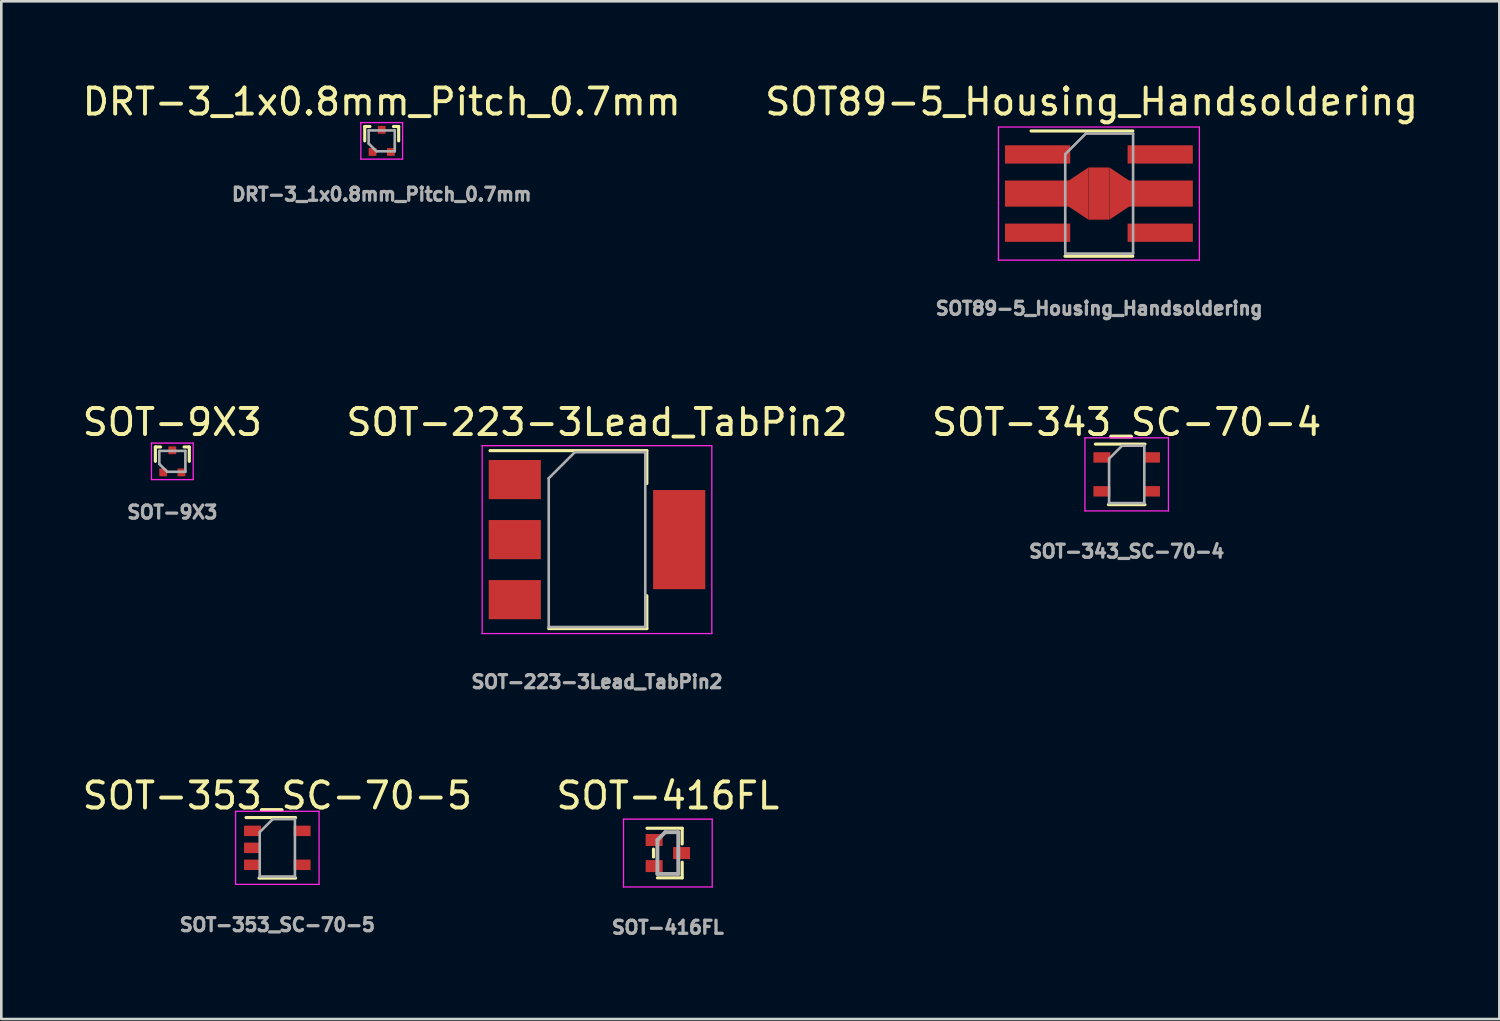
<source format=kicad_pcb>
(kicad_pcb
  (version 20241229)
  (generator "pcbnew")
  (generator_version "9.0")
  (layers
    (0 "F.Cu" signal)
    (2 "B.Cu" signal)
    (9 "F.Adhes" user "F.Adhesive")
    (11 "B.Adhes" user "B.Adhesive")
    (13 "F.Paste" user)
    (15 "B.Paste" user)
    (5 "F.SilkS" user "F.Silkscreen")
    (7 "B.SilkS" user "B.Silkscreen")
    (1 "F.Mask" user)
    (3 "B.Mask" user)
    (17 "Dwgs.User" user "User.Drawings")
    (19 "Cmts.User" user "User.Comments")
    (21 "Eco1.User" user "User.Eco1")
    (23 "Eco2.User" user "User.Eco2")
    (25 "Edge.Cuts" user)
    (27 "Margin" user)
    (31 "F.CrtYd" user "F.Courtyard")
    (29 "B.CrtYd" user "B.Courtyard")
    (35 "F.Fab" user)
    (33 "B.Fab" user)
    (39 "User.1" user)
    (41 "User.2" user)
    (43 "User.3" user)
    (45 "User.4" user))
  (footprint "SOT-416FL"
    (layer "F.Cu")
    (at 22.542 29.639)
    (property "Reference" "SOT-416FL" (at 0 -2.2 180) (layer "F.SilkS") (effects (font (size 1 1) (thickness 0.15))))
    (attr smd)
    (fp_line (start -0.55 -0.15) (end -0.55 0.15) (stroke (width 0.12) (type solid)) (layer "F.SilkS"))
    (fp_line (start 0.55 -0.95) (end -0.8 -0.95) (stroke (width 0.12) (type solid)) (layer "F.SilkS"))
    (fp_line (start 0.55 -0.35) (end 0.55 -0.95) (stroke (width 0.12) (type solid)) (layer "F.SilkS"))
    (fp_line (start 0.55 0.35) (end 0.55 0.95) (stroke (width 0.12) (type solid)) (layer "F.SilkS"))
    (fp_line (start 0.55 0.95) (end -0.4 0.95) (stroke (width 0.12) (type solid)) (layer "F.SilkS"))
    (fp_line (start -1.7 -1.3) (end 1.7 -1.3) (stroke (width 0.05) (type solid)) (layer "F.CrtYd"))
    (fp_line (start -1.7 1.3) (end -1.7 -1.3) (stroke (width 0.05) (type solid)) (layer "F.CrtYd"))
    (fp_line (start 1.7 -1.3) (end 1.7 1.3) (stroke (width 0.05) (type solid)) (layer "F.CrtYd"))
    (fp_line (start 1.7 1.3) (end -1.7 1.3) (stroke (width 0.05) (type solid)) (layer "F.CrtYd"))
    (fp_line (start -0.4 0.8) (end -0.4 -0.5) (stroke (width 0.15) (type solid)) (layer "F.Fab"))
    (fp_line (start -0.1 -0.8) (end -0.4 -0.5) (stroke (width 0.15) (type solid)) (layer "F.Fab"))
    (fp_line (start -0.1 -0.8) (end 0.4 -0.8) (stroke (width 0.15) (type solid)) (layer "F.Fab"))
    (fp_line (start 0.4 -0.8) (end 0.4 0.8) (stroke (width 0.15) (type solid)) (layer "F.Fab"))
    (fp_line (start 0.4 0.8) (end -0.4 0.8) (stroke (width 0.15) (type solid)) (layer "F.Fab"))
    (fp_text user "${REFERENCE}" (at 0 2.85 0) (layer "F.Fab") (effects (font (size 0.5 0.5) (thickness 0.125))))
    (pad "1" smd rect (at -0.525 -0.5 270) (size 0.46 0.65) (layers "F.Cu" "F.Mask" "F.Paste"))
    (pad "2" smd rect (at -0.525 0.5 270) (size 0.46 0.65) (layers "F.Cu" "F.Mask" "F.Paste"))
    (pad "3" smd rect (at 0.525 0 270) (size 0.46 0.65) (layers "F.Cu" "F.Mask" "F.Paste")))
  (footprint "SOT-9X3"
    (layer "F.Cu")
    (at 3.554 14.628)
    (property "Reference" "SOT-9X3" (at 0 -1.5 0) (layer "F.SilkS") (effects (font (size 1 1) (thickness 0.15))))
    (attr smd)
    (fp_line (start -0.65 -0.55) (end -0.45 -0.55) (stroke (width 0.12) (type solid)) (layer "F.SilkS"))
    (fp_line (start -0.65 0) (end -0.65 -0.55) (stroke (width 0.12) (type solid)) (layer "F.SilkS"))
    (fp_line (start 0.65 -0.55) (end 0.45 -0.55) (stroke (width 0.12) (type solid)) (layer "F.SilkS"))
    (fp_line (start 0.65 0) (end 0.65 -0.55) (stroke (width 0.12) (type solid)) (layer "F.SilkS"))
    (fp_line (start -0.8 -0.7) (end 0.8 -0.7) (stroke (width 0.05) (type solid)) (layer "F.CrtYd"))
    (fp_line (start -0.8 0.7) (end -0.8 -0.7) (stroke (width 0.05) (type solid)) (layer "F.CrtYd"))
    (fp_line (start 0.8 -0.7) (end 0.8 0.7) (stroke (width 0.05) (type solid)) (layer "F.CrtYd"))
    (fp_line (start 0.8 0.7) (end -0.8 0.7) (stroke (width 0.05) (type solid)) (layer "F.CrtYd"))
    (fp_line (start -0.5 -0.4) (end 0.5 -0.4) (stroke (width 0.1) (type solid)) (layer "F.Fab"))
    (fp_line (start -0.5 0.1) (end -0.5 -0.4) (stroke (width 0.1) (type solid)) (layer "F.Fab"))
    (fp_line (start -0.5 0.1) (end -0.2 0.4) (stroke (width 0.1) (type solid)) (layer "F.Fab"))
    (fp_line (start 0.5 -0.4) (end 0.5 0.4) (stroke (width 0.1) (type solid)) (layer "F.Fab"))
    (fp_line (start 0.5 0.4) (end -0.2 0.4) (stroke (width 0.1) (type solid)) (layer "F.Fab"))
    (fp_text user "${REFERENCE}" (at 0 1.95 0) (layer "F.Fab") (effects (font (size 0.5 0.5) (thickness 0.125))))
    (pad "1" smd rect (at -0.35 0.425) (size 0.3 0.3) (layers "F.Cu" "F.Mask" "F.Paste"))
    (pad "2" smd rect (at 0.35 0.425) (size 0.3 0.3) (layers "F.Cu" "F.Mask" "F.Paste"))
    (pad "3" smd rect (at 0 -0.425) (size 0.3 0.3) (layers "F.Cu" "F.Mask" "F.Paste")))
  (footprint "SOT-223-3Lead_TabPin2"
    (layer "F.Cu")
    (at 19.827 17.628)
    (property "Reference" "SOT-223-3Lead_TabPin2" (at 0 -4.5 0) (layer "F.SilkS") (effects (font (size 1 1) (thickness 0.15))))
    (attr smd)
    (fp_line (start -4.1 -3.41) (end 1.91 -3.41) (stroke (width 0.12) (type solid)) (layer "F.SilkS"))
    (fp_line (start -1.85 3.41) (end 1.91 3.41) (stroke (width 0.12) (type solid)) (layer "F.SilkS"))
    (fp_line (start 1.91 -3.41) (end 1.91 -2.15) (stroke (width 0.12) (type solid)) (layer "F.SilkS"))
    (fp_line (start 1.91 3.41) (end 1.91 2.15) (stroke (width 0.12) (type solid)) (layer "F.SilkS"))
    (fp_line (start -4.4 -3.6) (end -4.4 3.6) (stroke (width 0.05) (type solid)) (layer "F.CrtYd"))
    (fp_line (start -4.4 3.6) (end 4.4 3.6) (stroke (width 0.05) (type solid)) (layer "F.CrtYd"))
    (fp_line (start 4.4 -3.6) (end -4.4 -3.6) (stroke (width 0.05) (type solid)) (layer "F.CrtYd"))
    (fp_line (start 4.4 3.6) (end 4.4 -3.6) (stroke (width 0.05) (type solid)) (layer "F.CrtYd"))
    (fp_line (start -1.85 -2.35) (end -1.85 3.35) (stroke (width 0.1) (type solid)) (layer "F.Fab"))
    (fp_line (start -1.85 -2.35) (end -0.85 -3.35) (stroke (width 0.1) (type solid)) (layer "F.Fab"))
    (fp_line (start -1.85 3.35) (end 1.85 3.35) (stroke (width 0.1) (type solid)) (layer "F.Fab"))
    (fp_line (start -0.85 -3.35) (end 1.85 -3.35) (stroke (width 0.1) (type solid)) (layer "F.Fab"))
    (fp_line (start 1.85 -3.35) (end 1.85 3.35) (stroke (width 0.1) (type solid)) (layer "F.Fab"))
    (fp_text user "${REFERENCE}" (at 0 5.45 0) (layer "F.Fab") (effects (font (size 0.5 0.5) (thickness 0.125))))
    (pad "1" smd rect (at -3.15 -2.3) (size 2 1.5) (layers "F.Cu" "F.Mask" "F.Paste"))
    (pad "2" smd rect (at -3.15 0) (size 2 1.5) (layers "F.Cu" "F.Mask" "F.Paste"))
    (pad "2" smd rect (at 3.15 0) (size 2 3.8) (layers "F.Cu" "F.Mask" "F.Paste"))
    (pad "3" smd rect (at -3.15 2.3) (size 2 1.5) (layers "F.Cu" "F.Mask" "F.Paste")))
  (footprint "SOT89-5_Housing_Handsoldering"
    (layer "F.Cu")
    (at 39.06 4.368)
    (property "Reference" "SOT89-5_Housing_Handsoldering" (at -0.28 -3.52 0) (layer "F.SilkS") (effects (font (size 1 1) (thickness 0.15))))
    (attr smd)
    (fp_line (start -2.6 -2.4) (end 1.3 -2.4) (stroke (width 0.12) (type solid)) (layer "F.SilkS"))
    (fp_line (start 1.3 2.4) (end -1.3 2.4) (stroke (width 0.12) (type solid)) (layer "F.SilkS"))
    (fp_line (start -3.85 -2.55) (end 3.85 -2.55) (stroke (width 0.05) (type solid)) (layer "F.CrtYd"))
    (fp_line (start -3.85 2.55) (end -3.85 -2.55) (stroke (width 0.05) (type solid)) (layer "F.CrtYd"))
    (fp_line (start -3.85 2.55) (end 3.85 2.55) (stroke (width 0.05) (type solid)) (layer "F.CrtYd"))
    (fp_line (start 3.85 -2.55) (end 3.85 2.55) (stroke (width 0.05) (type solid)) (layer "F.CrtYd"))
    (fp_line (start -1.29 -1.51) (end -0.5 -2.3) (stroke (width 0.1) (type solid)) (layer "F.Fab"))
    (fp_line (start -1.29 2.3) (end -1.29 -1.51) (stroke (width 0.1) (type solid)) (layer "F.Fab"))
    (fp_line (start -0.5 -2.3) (end 1.31 -2.3) (stroke (width 0.1) (type solid)) (layer "F.Fab"))
    (fp_line (start 1.31 -2.3) (end 1.31 2.3) (stroke (width 0.1) (type solid)) (layer "F.Fab"))
    (fp_line (start 1.31 2.3) (end -1.29 2.3) (stroke (width 0.1) (type solid)) (layer "F.Fab"))
    (fp_text user "${REFERENCE}" (at 0.01 4.4 0) (layer "F.Fab") (effects (font (size 0.5 0.5) (thickness 0.125))))
    (pad "1" smd rect (at -2.35 -1.5 270) (size 0.7 2.5) (layers "F.Cu" "F.Mask" "F.Paste"))
    (pad "2" smd rect (at -2.35 0 270) (size 1 2.5) (layers "F.Cu" "F.Mask" "F.Paste"))
    (pad "2" smd trapezoid (at -0.78 0 90) (size 1.5 0.75) (rect_delta 0 0.5) (layers "F.Cu" "F.Mask" "F.Paste"))
    (pad "2" smd rect (at 0 0 270) (size 2 0.8) (layers "F.Cu" "F.Mask" "F.Paste"))
    (pad "2" smd trapezoid (at 0.78 0 270) (size 1.5 0.75) (rect_delta 0 0.5) (layers "F.Cu" "F.Mask" "F.Paste"))
    (pad "2" smd rect (at 2.35 0 270) (size 1 2.5) (layers "F.Cu" "F.Mask" "F.Paste"))
    (pad "3" smd rect (at -2.35 1.5 270) (size 0.7 2.5) (layers "F.Cu" "F.Mask" "F.Paste"))
    (pad "4" smd rect (at 2.35 1.5 270) (size 0.7 2.5) (layers "F.Cu" "F.Mask" "F.Paste"))
    (pad "5" smd rect (at 2.35 -1.5 270) (size 0.7 2.5) (layers "F.Cu" "F.Mask" "F.Paste")))
  (footprint "SOT-353_SC-70-5"
    (layer "F.Cu")
    (at 7.577 29.439)
    (property "Reference" "SOT-353_SC-70-5" (at 0 -2 0) (layer "F.SilkS") (effects (font (size 1 1) (thickness 0.15))))
    (attr smd)
    (fp_line (start -0.7 1.16) (end 0.7 1.16) (stroke (width 0.12) (type solid)) (layer "F.SilkS"))
    (fp_line (start 0.7 -1.16) (end -1.2 -1.16) (stroke (width 0.12) (type solid)) (layer "F.SilkS"))
    (fp_line (start -1.6 -1.4) (end -1.6 1.4) (stroke (width 0.05) (type solid)) (layer "F.CrtYd"))
    (fp_line (start -1.6 -1.4) (end 1.6 -1.4) (stroke (width 0.05) (type solid)) (layer "F.CrtYd"))
    (fp_line (start -1.6 1.4) (end 1.6 1.4) (stroke (width 0.05) (type solid)) (layer "F.CrtYd"))
    (fp_line (start 1.6 1.4) (end 1.6 -1.4) (stroke (width 0.05) (type solid)) (layer "F.CrtYd"))
    (fp_line (start -0.675 -0.6) (end -0.675 1.1) (stroke (width 0.1) (type solid)) (layer "F.Fab"))
    (fp_line (start -0.175 -1.1) (end -0.675 -0.6) (stroke (width 0.1) (type solid)) (layer "F.Fab"))
    (fp_line (start 0.675 -1.1) (end -0.175 -1.1) (stroke (width 0.1) (type solid)) (layer "F.Fab"))
    (fp_line (start 0.675 -1.1) (end 0.675 1.1) (stroke (width 0.1) (type solid)) (layer "F.Fab"))
    (fp_line (start 0.675 1.1) (end -0.675 1.1) (stroke (width 0.1) (type solid)) (layer "F.Fab"))
    (fp_text user "${REFERENCE}" (at 0 2.95 0) (layer "F.Fab") (effects (font (size 0.5 0.5) (thickness 0.125))))
    (pad "1" smd rect (at -0.95 -0.65) (size 0.65 0.4) (layers "F.Cu" "F.Mask" "F.Paste"))
    (pad "2" smd rect (at -0.95 0) (size 0.65 0.4) (layers "F.Cu" "F.Mask" "F.Paste"))
    (pad "3" smd rect (at -0.95 0.65) (size 0.65 0.4) (layers "F.Cu" "F.Mask" "F.Paste"))
    (pad "4" smd rect (at 0.95 0.65) (size 0.65 0.4) (layers "F.Cu" "F.Mask" "F.Paste"))
    (pad "5" smd rect (at 0.95 -0.65) (size 0.65 0.4) (layers "F.Cu" "F.Mask" "F.Paste")))
  (footprint "SOT-343_SC-70-4"
    (layer "F.Cu")
    (at 40.125 15.128)
    (property "Reference" "SOT-343_SC-70-4" (at 0 -2 0) (layer "F.SilkS") (effects (font (size 1 1) (thickness 0.15))))
    (attr smd)
    (fp_line (start -0.7 1.16) (end 0.7 1.16) (stroke (width 0.12) (type solid)) (layer "F.SilkS"))
    (fp_line (start 0.7 -1.16) (end -1.2 -1.16) (stroke (width 0.12) (type solid)) (layer "F.SilkS"))
    (fp_line (start -1.6 -1.4) (end -1.6 1.4) (stroke (width 0.05) (type solid)) (layer "F.CrtYd"))
    (fp_line (start -1.6 -1.4) (end 1.6 -1.4) (stroke (width 0.05) (type solid)) (layer "F.CrtYd"))
    (fp_line (start -1.6 1.4) (end 1.6 1.4) (stroke (width 0.05) (type solid)) (layer "F.CrtYd"))
    (fp_line (start 1.6 1.4) (end 1.6 -1.4) (stroke (width 0.05) (type solid)) (layer "F.CrtYd"))
    (fp_line (start -0.675 -0.6) (end -0.675 1.1) (stroke (width 0.1) (type solid)) (layer "F.Fab"))
    (fp_line (start -0.175 -1.1) (end -0.675 -0.6) (stroke (width 0.1) (type solid)) (layer "F.Fab"))
    (fp_line (start 0.675 -1.1) (end -0.175 -1.1) (stroke (width 0.1) (type solid)) (layer "F.Fab"))
    (fp_line (start 0.675 -1.1) (end 0.675 1.1) (stroke (width 0.1) (type solid)) (layer "F.Fab"))
    (fp_line (start 0.675 1.1) (end -0.675 1.1) (stroke (width 0.1) (type solid)) (layer "F.Fab"))
    (fp_text user "${REFERENCE}" (at 0 2.95 0) (layer "F.Fab") (effects (font (size 0.5 0.5) (thickness 0.125))))
    (pad "1" smd rect (at -0.95 -0.65) (size 0.65 0.4) (layers "F.Cu" "F.Mask" "F.Paste"))
    (pad "2" smd rect (at -0.95 0.65) (size 0.65 0.4) (layers "F.Cu" "F.Mask" "F.Paste"))
    (pad "3" smd rect (at 0.95 0.65) (size 0.65 0.4) (layers "F.Cu" "F.Mask" "F.Paste"))
    (pad "4" smd rect (at 0.95 -0.65) (size 0.65 0.4) (layers "F.Cu" "F.Mask" "F.Paste")))
  (footprint "DRT-3_1x0.8mm_Pitch_0.7mm"
    (layer "F.Cu")
    (at 11.577 2.348)
    (property "Reference" "DRT-3_1x0.8mm_Pitch_0.7mm" (at 0 -1.5 180) (layer "F.SilkS") (effects (font (size 1 1) (thickness 0.15))))
    (attr smd)
    (fp_line (start -0.65 -0.55) (end -0.45 -0.55) (stroke (width 0.12) (type solid)) (layer "F.SilkS"))
    (fp_line (start -0.65 0) (end -0.65 -0.55) (stroke (width 0.12) (type solid)) (layer "F.SilkS"))
    (fp_line (start 0.65 -0.55) (end 0.45 -0.55) (stroke (width 0.12) (type solid)) (layer "F.SilkS"))
    (fp_line (start 0.65 0) (end 0.65 -0.55) (stroke (width 0.12) (type solid)) (layer "F.SilkS"))
    (fp_line (start -0.8 -0.7) (end 0.8 -0.7) (stroke (width 0.05) (type solid)) (layer "F.CrtYd"))
    (fp_line (start -0.8 0.7) (end -0.8 -0.7) (stroke (width 0.05) (type solid)) (layer "F.CrtYd"))
    (fp_line (start 0.8 -0.7) (end 0.8 0.7) (stroke (width 0.05) (type solid)) (layer "F.CrtYd"))
    (fp_line (start 0.8 0.7) (end -0.8 0.7) (stroke (width 0.05) (type solid)) (layer "F.CrtYd"))
    (fp_line (start -0.5 -0.4) (end 0.5 -0.4) (stroke (width 0.1) (type solid)) (layer "F.Fab"))
    (fp_line (start -0.5 0.1) (end -0.5 -0.4) (stroke (width 0.1) (type solid)) (layer "F.Fab"))
    (fp_line (start -0.5 0.1) (end -0.2 0.4) (stroke (width 0.1) (type solid)) (layer "F.Fab"))
    (fp_line (start 0.5 -0.4) (end 0.5 0.4) (stroke (width 0.1) (type solid)) (layer "F.Fab"))
    (fp_line (start 0.5 0.4) (end -0.2 0.4) (stroke (width 0.1) (type solid)) (layer "F.Fab"))
    (fp_text user "${REFERENCE}" (at 0 2.05 180) (layer "F.Fab") (effects (font (size 0.5 0.5) (thickness 0.125))))
    (pad "1" smd rect (at -0.35 0.425) (size 0.3 0.3) (layers "F.Cu" "F.Mask" "F.Paste"))
    (pad "2" smd rect (at 0.35 0.425) (size 0.3 0.3) (layers "F.Cu" "F.Mask" "F.Paste"))
    (pad "3" smd rect (at 0 -0.425) (size 0.3 0.3) (layers "F.Cu" "F.Mask" "F.Paste")))
  (gr_rect
    (start -3 -3)
    (end 54.405 36)
    (stroke (width 0.1) (type default))
    (fill no)
    (layer "Edge.Cuts")))
</source>
